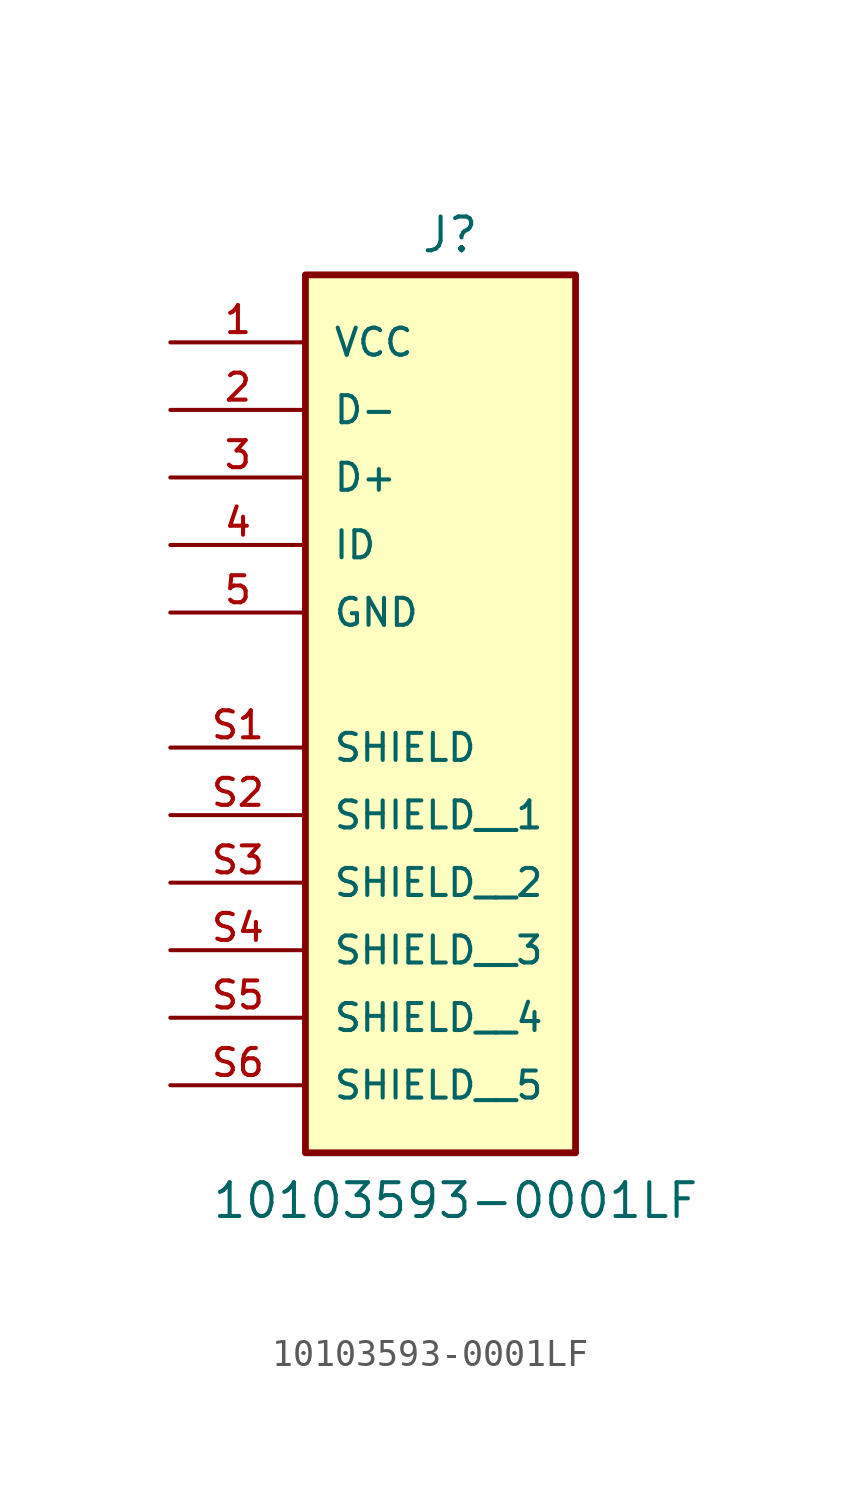
<source format=kicad_sym>
(kicad_symbol_lib
  (version 20241209)
  (generator "kicad_symbol_editor")
  (generator_version "9.0")
  (symbol "10103593-0001LF"
    (pin_names
      (offset 1.016))
    (property "Reference" "J"
      (at -0.762 10.922 0)
      (effects (font (size 1.27 1.27)) (justify left bottom)))
    (property "Value" "10103593-0001LF"
      (at -8.636 -25.4 0)
      (effects (font (size 1.27 1.27)) (justify left bottom)))
    (symbol "10103593-0001LF_0_0"
      (rectangle (start -5.08 10.16) (end 5.08 -22.86) (stroke (width 0.254) (type default)) (fill (type background)))
      (pin power_in line (at -10.16 7.62 0) (length 5.08) (name "VCC" (effects (font (size 1.016 1.016)))) (number "1" (effects (font (size 1.016 1.016)))))
      (pin bidirectional line (at -10.16 5.08 0) (length 5.08) (name "D-" (effects (font (size 1.016 1.016)))) (number "2" (effects (font (size 1.016 1.016)))))
      (pin bidirectional line (at -10.16 2.54 0) (length 5.08) (name "D+" (effects (font (size 1.016 1.016)))) (number "3" (effects (font (size 1.016 1.016)))))
      (pin bidirectional line (at -10.16 0 0) (length 5.08) (name "ID" (effects (font (size 1.016 1.016)))) (number "4" (effects (font (size 1.016 1.016)))))
      (pin power_in line (at -10.16 -2.54 0) (length 5.08) (name "GND" (effects (font (size 1.016 1.016)))) (number "5" (effects (font (size 1.016 1.016)))))
      (pin passive line (at -10.16 -7.62 0) (length 5.08) (name "SHIELD" (effects (font (size 1.016 1.016)))) (number "S1" (effects (font (size 1.016 1.016)))))
      (pin passive line (at -10.16 -10.16 0) (length 5.08) (name "SHIELD__1" (effects (font (size 1.016 1.016)))) (number "S2" (effects (font (size 1.016 1.016)))))
      (pin passive line (at -10.16 -12.7 0) (length 5.08) (name "SHIELD__2" (effects (font (size 1.016 1.016)))) (number "S3" (effects (font (size 1.016 1.016)))))
      (pin passive line (at -10.16 -15.24 0) (length 5.08) (name "SHIELD__3" (effects (font (size 1.016 1.016)))) (number "S4" (effects (font (size 1.016 1.016)))))
      (pin passive line (at -10.16 -17.78 0) (length 5.08) (name "SHIELD__4" (effects (font (size 1.016 1.016)))) (number "S5" (effects (font (size 1.016 1.016)))))
      (pin passive line (at -10.16 -20.32 0) (length 5.08) (name "SHIELD__5" (effects (font (size 1.016 1.016)))) (number "S6" (effects (font (size 1.016 1.016))))))))
</source>
